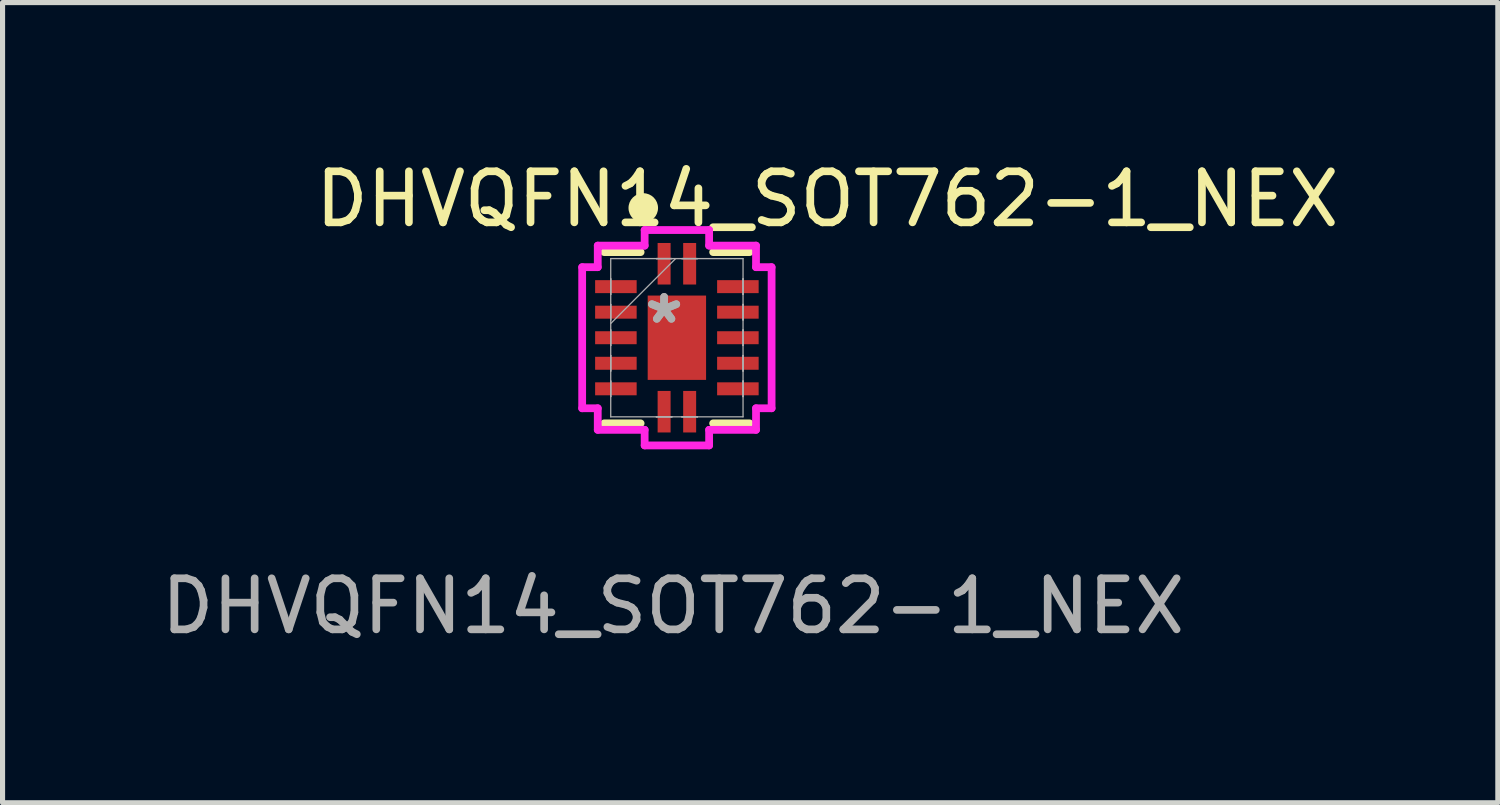
<source format=kicad_pcb>
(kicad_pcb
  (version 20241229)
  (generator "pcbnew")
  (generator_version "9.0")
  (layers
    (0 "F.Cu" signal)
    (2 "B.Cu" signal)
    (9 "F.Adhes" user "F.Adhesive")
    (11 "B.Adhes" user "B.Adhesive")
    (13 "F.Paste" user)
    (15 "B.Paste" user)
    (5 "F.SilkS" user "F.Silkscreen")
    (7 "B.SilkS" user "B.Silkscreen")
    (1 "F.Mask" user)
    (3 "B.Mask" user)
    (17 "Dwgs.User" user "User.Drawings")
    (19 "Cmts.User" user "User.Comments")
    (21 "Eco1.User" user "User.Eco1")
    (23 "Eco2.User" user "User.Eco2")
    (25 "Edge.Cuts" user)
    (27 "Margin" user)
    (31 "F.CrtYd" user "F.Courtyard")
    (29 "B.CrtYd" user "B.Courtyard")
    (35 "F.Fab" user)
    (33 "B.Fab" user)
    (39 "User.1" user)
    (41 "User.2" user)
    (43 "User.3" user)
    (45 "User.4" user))
  (footprint "DHVQFN14_SOT762-1_NEX"
    (layer "F.Cu")
    (at 10.2 3.561)
    (property "Reference" "DHVQFN14_SOT762-1_NEX" (at 2.945 -2.713 0) (unlocked yes) (layer "F.SilkS") (effects (font (size 1 1) (thickness 0.15))))
    (attr smd)
    (fp_line (start -1.422 1.676) (end -0.71 1.676) (stroke (width 0.152) (type solid)) (layer "F.SilkS"))
    (fp_line (start -0.71 -1.676) (end -1.422 -1.676) (stroke (width 0.152) (type solid)) (layer "F.SilkS"))
    (fp_line (start 0.71 1.676) (end 1.422 1.676) (stroke (width 0.152) (type solid)) (layer "F.SilkS"))
    (fp_line (start 1.422 -1.676) (end 0.71 -1.676) (stroke (width 0.152) (type solid)) (layer "F.SilkS"))
    (fp_circle (center -0.658 -2.54) (end -0.464 -2.45) (stroke (width 0.15) (type solid)) (fill yes) (layer "F.SilkS"))
    (fp_line (start -1.854 -1.381) (end -1.549 -1.381) (stroke (width 0.152) (type solid)) (layer "F.CrtYd"))
    (fp_line (start -1.854 1.381) (end -1.854 -1.381) (stroke (width 0.152) (type solid)) (layer "F.CrtYd"))
    (fp_line (start -1.549 -1.803) (end -0.631 -1.803) (stroke (width 0.152) (type solid)) (layer "F.CrtYd"))
    (fp_line (start -1.549 -1.381) (end -1.549 -1.803) (stroke (width 0.152) (type solid)) (layer "F.CrtYd"))
    (fp_line (start -1.549 1.381) (end -1.854 1.381) (stroke (width 0.152) (type solid)) (layer "F.CrtYd"))
    (fp_line (start -1.549 1.803) (end -1.549 1.381) (stroke (width 0.152) (type solid)) (layer "F.CrtYd"))
    (fp_line (start -0.631 -2.108) (end 0.631 -2.108) (stroke (width 0.152) (type solid)) (layer "F.CrtYd"))
    (fp_line (start -0.631 -1.803) (end -0.631 -2.108) (stroke (width 0.152) (type solid)) (layer "F.CrtYd"))
    (fp_line (start -0.631 1.803) (end -1.549 1.803) (stroke (width 0.152) (type solid)) (layer "F.CrtYd"))
    (fp_line (start -0.631 2.108) (end -0.631 1.803) (stroke (width 0.152) (type solid)) (layer "F.CrtYd"))
    (fp_line (start 0.631 -2.108) (end 0.631 -1.803) (stroke (width 0.152) (type solid)) (layer "F.CrtYd"))
    (fp_line (start 0.631 -1.803) (end 1.549 -1.803) (stroke (width 0.152) (type solid)) (layer "F.CrtYd"))
    (fp_line (start 0.631 1.803) (end 0.631 2.108) (stroke (width 0.152) (type solid)) (layer "F.CrtYd"))
    (fp_line (start 0.631 2.108) (end -0.631 2.108) (stroke (width 0.152) (type solid)) (layer "F.CrtYd"))
    (fp_line (start 1.549 -1.803) (end 1.549 -1.381) (stroke (width 0.152) (type solid)) (layer "F.CrtYd"))
    (fp_line (start 1.549 -1.381) (end 1.854 -1.381) (stroke (width 0.152) (type solid)) (layer "F.CrtYd"))
    (fp_line (start 1.549 1.381) (end 1.549 1.803) (stroke (width 0.152) (type solid)) (layer "F.CrtYd"))
    (fp_line (start 1.549 1.803) (end 0.631 1.803) (stroke (width 0.152) (type solid)) (layer "F.CrtYd"))
    (fp_line (start 1.854 -1.381) (end 1.854 1.381) (stroke (width 0.152) (type solid)) (layer "F.CrtYd"))
    (fp_line (start 1.854 1.381) (end 1.549 1.381) (stroke (width 0.152) (type solid)) (layer "F.CrtYd"))
    (fp_line (start -1.295 -1.549) (end -1.295 1.549) (stroke (width 0.025) (type solid)) (layer "F.Fab"))
    (fp_line (start -1.295 -1.152) (end -1.295 -1.152) (stroke (width 0.025) (type solid)) (layer "F.Fab"))
    (fp_line (start -1.295 -1.152) (end -1.295 -0.848) (stroke (width 0.025) (type solid)) (layer "F.Fab"))
    (fp_line (start -1.295 -0.848) (end -1.295 -1.152) (stroke (width 0.025) (type solid)) (layer "F.Fab"))
    (fp_line (start -1.295 -0.848) (end -1.295 -0.848) (stroke (width 0.025) (type solid)) (layer "F.Fab"))
    (fp_line (start -1.295 -0.652) (end -1.295 -0.652) (stroke (width 0.025) (type solid)) (layer "F.Fab"))
    (fp_line (start -1.295 -0.652) (end -1.295 -0.348) (stroke (width 0.025) (type solid)) (layer "F.Fab"))
    (fp_line (start -1.295 -0.348) (end -1.295 -0.652) (stroke (width 0.025) (type solid)) (layer "F.Fab"))
    (fp_line (start -1.295 -0.348) (end -1.295 -0.348) (stroke (width 0.025) (type solid)) (layer "F.Fab"))
    (fp_line (start -1.295 -0.279) (end -0.025 -1.549) (stroke (width 0.025) (type solid)) (layer "F.Fab"))
    (fp_line (start -1.295 -0.152) (end -1.295 -0.152) (stroke (width 0.025) (type solid)) (layer "F.Fab"))
    (fp_line (start -1.295 -0.152) (end -1.295 0.152) (stroke (width 0.025) (type solid)) (layer "F.Fab"))
    (fp_line (start -1.295 0.152) (end -1.295 -0.152) (stroke (width 0.025) (type solid)) (layer "F.Fab"))
    (fp_line (start -1.295 0.152) (end -1.295 0.152) (stroke (width 0.025) (type solid)) (layer "F.Fab"))
    (fp_line (start -1.295 0.348) (end -1.295 0.348) (stroke (width 0.025) (type solid)) (layer "F.Fab"))
    (fp_line (start -1.295 0.348) (end -1.295 0.652) (stroke (width 0.025) (type solid)) (layer "F.Fab"))
    (fp_line (start -1.295 0.652) (end -1.295 0.348) (stroke (width 0.025) (type solid)) (layer "F.Fab"))
    (fp_line (start -1.295 0.652) (end -1.295 0.652) (stroke (width 0.025) (type solid)) (layer "F.Fab"))
    (fp_line (start -1.295 0.848) (end -1.295 0.848) (stroke (width 0.025) (type solid)) (layer "F.Fab"))
    (fp_line (start -1.295 0.848) (end -1.295 1.152) (stroke (width 0.025) (type solid)) (layer "F.Fab"))
    (fp_line (start -1.295 1.152) (end -1.295 0.848) (stroke (width 0.025) (type solid)) (layer "F.Fab"))
    (fp_line (start -1.295 1.152) (end -1.295 1.152) (stroke (width 0.025) (type solid)) (layer "F.Fab"))
    (fp_line (start -1.295 1.549) (end 1.295 1.549) (stroke (width 0.025) (type solid)) (layer "F.Fab"))
    (fp_line (start -0.402 -1.549) (end -0.402 -1.549) (stroke (width 0.025) (type solid)) (layer "F.Fab"))
    (fp_line (start -0.402 -1.549) (end -0.098 -1.549) (stroke (width 0.025) (type solid)) (layer "F.Fab"))
    (fp_line (start -0.402 1.549) (end -0.402 1.549) (stroke (width 0.025) (type solid)) (layer "F.Fab"))
    (fp_line (start -0.402 1.549) (end -0.098 1.549) (stroke (width 0.025) (type solid)) (layer "F.Fab"))
    (fp_line (start -0.098 -1.549) (end -0.402 -1.549) (stroke (width 0.025) (type solid)) (layer "F.Fab"))
    (fp_line (start -0.098 -1.549) (end -0.098 -1.549) (stroke (width 0.025) (type solid)) (layer "F.Fab"))
    (fp_line (start -0.098 1.549) (end -0.402 1.549) (stroke (width 0.025) (type solid)) (layer "F.Fab"))
    (fp_line (start -0.098 1.549) (end -0.098 1.549) (stroke (width 0.025) (type solid)) (layer "F.Fab"))
    (fp_line (start 0.098 -1.549) (end 0.098 -1.549) (stroke (width 0.025) (type solid)) (layer "F.Fab"))
    (fp_line (start 0.098 -1.549) (end 0.402 -1.549) (stroke (width 0.025) (type solid)) (layer "F.Fab"))
    (fp_line (start 0.098 1.549) (end 0.098 1.549) (stroke (width 0.025) (type solid)) (layer "F.Fab"))
    (fp_line (start 0.098 1.549) (end 0.402 1.549) (stroke (width 0.025) (type solid)) (layer "F.Fab"))
    (fp_line (start 0.402 -1.549) (end 0.098 -1.549) (stroke (width 0.025) (type solid)) (layer "F.Fab"))
    (fp_line (start 0.402 -1.549) (end 0.402 -1.549) (stroke (width 0.025) (type solid)) (layer "F.Fab"))
    (fp_line (start 0.402 1.549) (end 0.098 1.549) (stroke (width 0.025) (type solid)) (layer "F.Fab"))
    (fp_line (start 0.402 1.549) (end 0.402 1.549) (stroke (width 0.025) (type solid)) (layer "F.Fab"))
    (fp_line (start 1.295 -1.549) (end -1.295 -1.549) (stroke (width 0.025) (type solid)) (layer "F.Fab"))
    (fp_line (start 1.295 -1.152) (end 1.295 -1.152) (stroke (width 0.025) (type solid)) (layer "F.Fab"))
    (fp_line (start 1.295 -1.152) (end 1.295 -0.848) (stroke (width 0.025) (type solid)) (layer "F.Fab"))
    (fp_line (start 1.295 -0.848) (end 1.295 -1.152) (stroke (width 0.025) (type solid)) (layer "F.Fab"))
    (fp_line (start 1.295 -0.848) (end 1.295 -0.848) (stroke (width 0.025) (type solid)) (layer "F.Fab"))
    (fp_line (start 1.295 -0.652) (end 1.295 -0.652) (stroke (width 0.025) (type solid)) (layer "F.Fab"))
    (fp_line (start 1.295 -0.652) (end 1.295 -0.348) (stroke (width 0.025) (type solid)) (layer "F.Fab"))
    (fp_line (start 1.295 -0.348) (end 1.295 -0.652) (stroke (width 0.025) (type solid)) (layer "F.Fab"))
    (fp_line (start 1.295 -0.348) (end 1.295 -0.348) (stroke (width 0.025) (type solid)) (layer "F.Fab"))
    (fp_line (start 1.295 -0.152) (end 1.295 -0.152) (stroke (width 0.025) (type solid)) (layer "F.Fab"))
    (fp_line (start 1.295 -0.152) (end 1.295 0.152) (stroke (width 0.025) (type solid)) (layer "F.Fab"))
    (fp_line (start 1.295 0.152) (end 1.295 -0.152) (stroke (width 0.025) (type solid)) (layer "F.Fab"))
    (fp_line (start 1.295 0.152) (end 1.295 0.152) (stroke (width 0.025) (type solid)) (layer "F.Fab"))
    (fp_line (start 1.295 0.348) (end 1.295 0.348) (stroke (width 0.025) (type solid)) (layer "F.Fab"))
    (fp_line (start 1.295 0.348) (end 1.295 0.652) (stroke (width 0.025) (type solid)) (layer "F.Fab"))
    (fp_line (start 1.295 0.652) (end 1.295 0.348) (stroke (width 0.025) (type solid)) (layer "F.Fab"))
    (fp_line (start 1.295 0.652) (end 1.295 0.652) (stroke (width 0.025) (type solid)) (layer "F.Fab"))
    (fp_line (start 1.295 0.848) (end 1.295 0.848) (stroke (width 0.025) (type solid)) (layer "F.Fab"))
    (fp_line (start 1.295 0.848) (end 1.295 1.152) (stroke (width 0.025) (type solid)) (layer "F.Fab"))
    (fp_line (start 1.295 1.152) (end 1.295 0.848) (stroke (width 0.025) (type solid)) (layer "F.Fab"))
    (fp_line (start 1.295 1.152) (end 1.295 1.152) (stroke (width 0.025) (type solid)) (layer "F.Fab"))
    (fp_line (start 1.295 1.549) (end 1.295 -1.549) (stroke (width 0.025) (type solid)) (layer "F.Fab"))
    (fp_text user "*" (at -0.25 -0.254 0) (layer "F.Fab") (effects (font (size 1 1) (thickness 0.15))))
    (fp_text user "*" (at -0.25 -0.254 0) (unlocked yes) (layer "F.Fab") (effects (font (size 1 1) (thickness 0.15))))
    (fp_text user "${REFERENCE}" (at -0.075 5.254 0) (unlocked yes) (layer "F.Fab") (effects (font (size 1 1) (thickness 0.15))))
    (pad "1" smd rect (at -0.25 -1.448) (size 0.254 0.813) (layers "F.Cu" "F.Mask" "F.Paste"))
    (pad "2" smd rect (at -1.194 -1 90) (size 0.254 0.813) (layers "F.Cu" "F.Mask" "F.Paste"))
    (pad "3" smd rect (at -1.194 -0.5 90) (size 0.254 0.813) (layers "F.Cu" "F.Mask" "F.Paste"))
    (pad "4" smd rect (at -1.194 0 90) (size 0.254 0.813) (layers "F.Cu" "F.Mask" "F.Paste"))
    (pad "5" smd rect (at -1.194 0.5 90) (size 0.254 0.813) (layers "F.Cu" "F.Mask" "F.Paste"))
    (pad "6" smd rect (at -1.194 1 90) (size 0.254 0.813) (layers "F.Cu" "F.Mask" "F.Paste"))
    (pad "7" smd rect (at -0.25 1.448) (size 0.254 0.813) (layers "F.Cu" "F.Mask" "F.Paste"))
    (pad "8" smd rect (at 0.25 1.448) (size 0.254 0.813) (layers "F.Cu" "F.Mask" "F.Paste"))
    (pad "9" smd rect (at 1.194 1 90) (size 0.254 0.813) (layers "F.Cu" "F.Mask" "F.Paste"))
    (pad "10" smd rect (at 1.194 0.5 90) (size 0.254 0.813) (layers "F.Cu" "F.Mask" "F.Paste"))
    (pad "11" smd rect (at 1.194 0 90) (size 0.254 0.813) (layers "F.Cu" "F.Mask" "F.Paste"))
    (pad "12" smd rect (at 1.194 -0.5 90) (size 0.254 0.813) (layers "F.Cu" "F.Mask" "F.Paste"))
    (pad "13" smd rect (at 1.194 -1 90) (size 0.254 0.813) (layers "F.Cu" "F.Mask" "F.Paste"))
    (pad "14" smd rect (at 0.25 -1.448) (size 0.254 0.813) (layers "F.Cu" "F.Mask" "F.Paste"))
    (pad "15" smd rect (at 0 0) (size 1.143 1.651) (layers "F.Cu" "F.Mask" "F.Paste")))
  (gr_rect
    (start -3 -3)
    (end 26.27 12.664)
    (stroke (width 0.1) (type default))
    (fill no)
    (layer "Edge.Cuts")))
</source>
